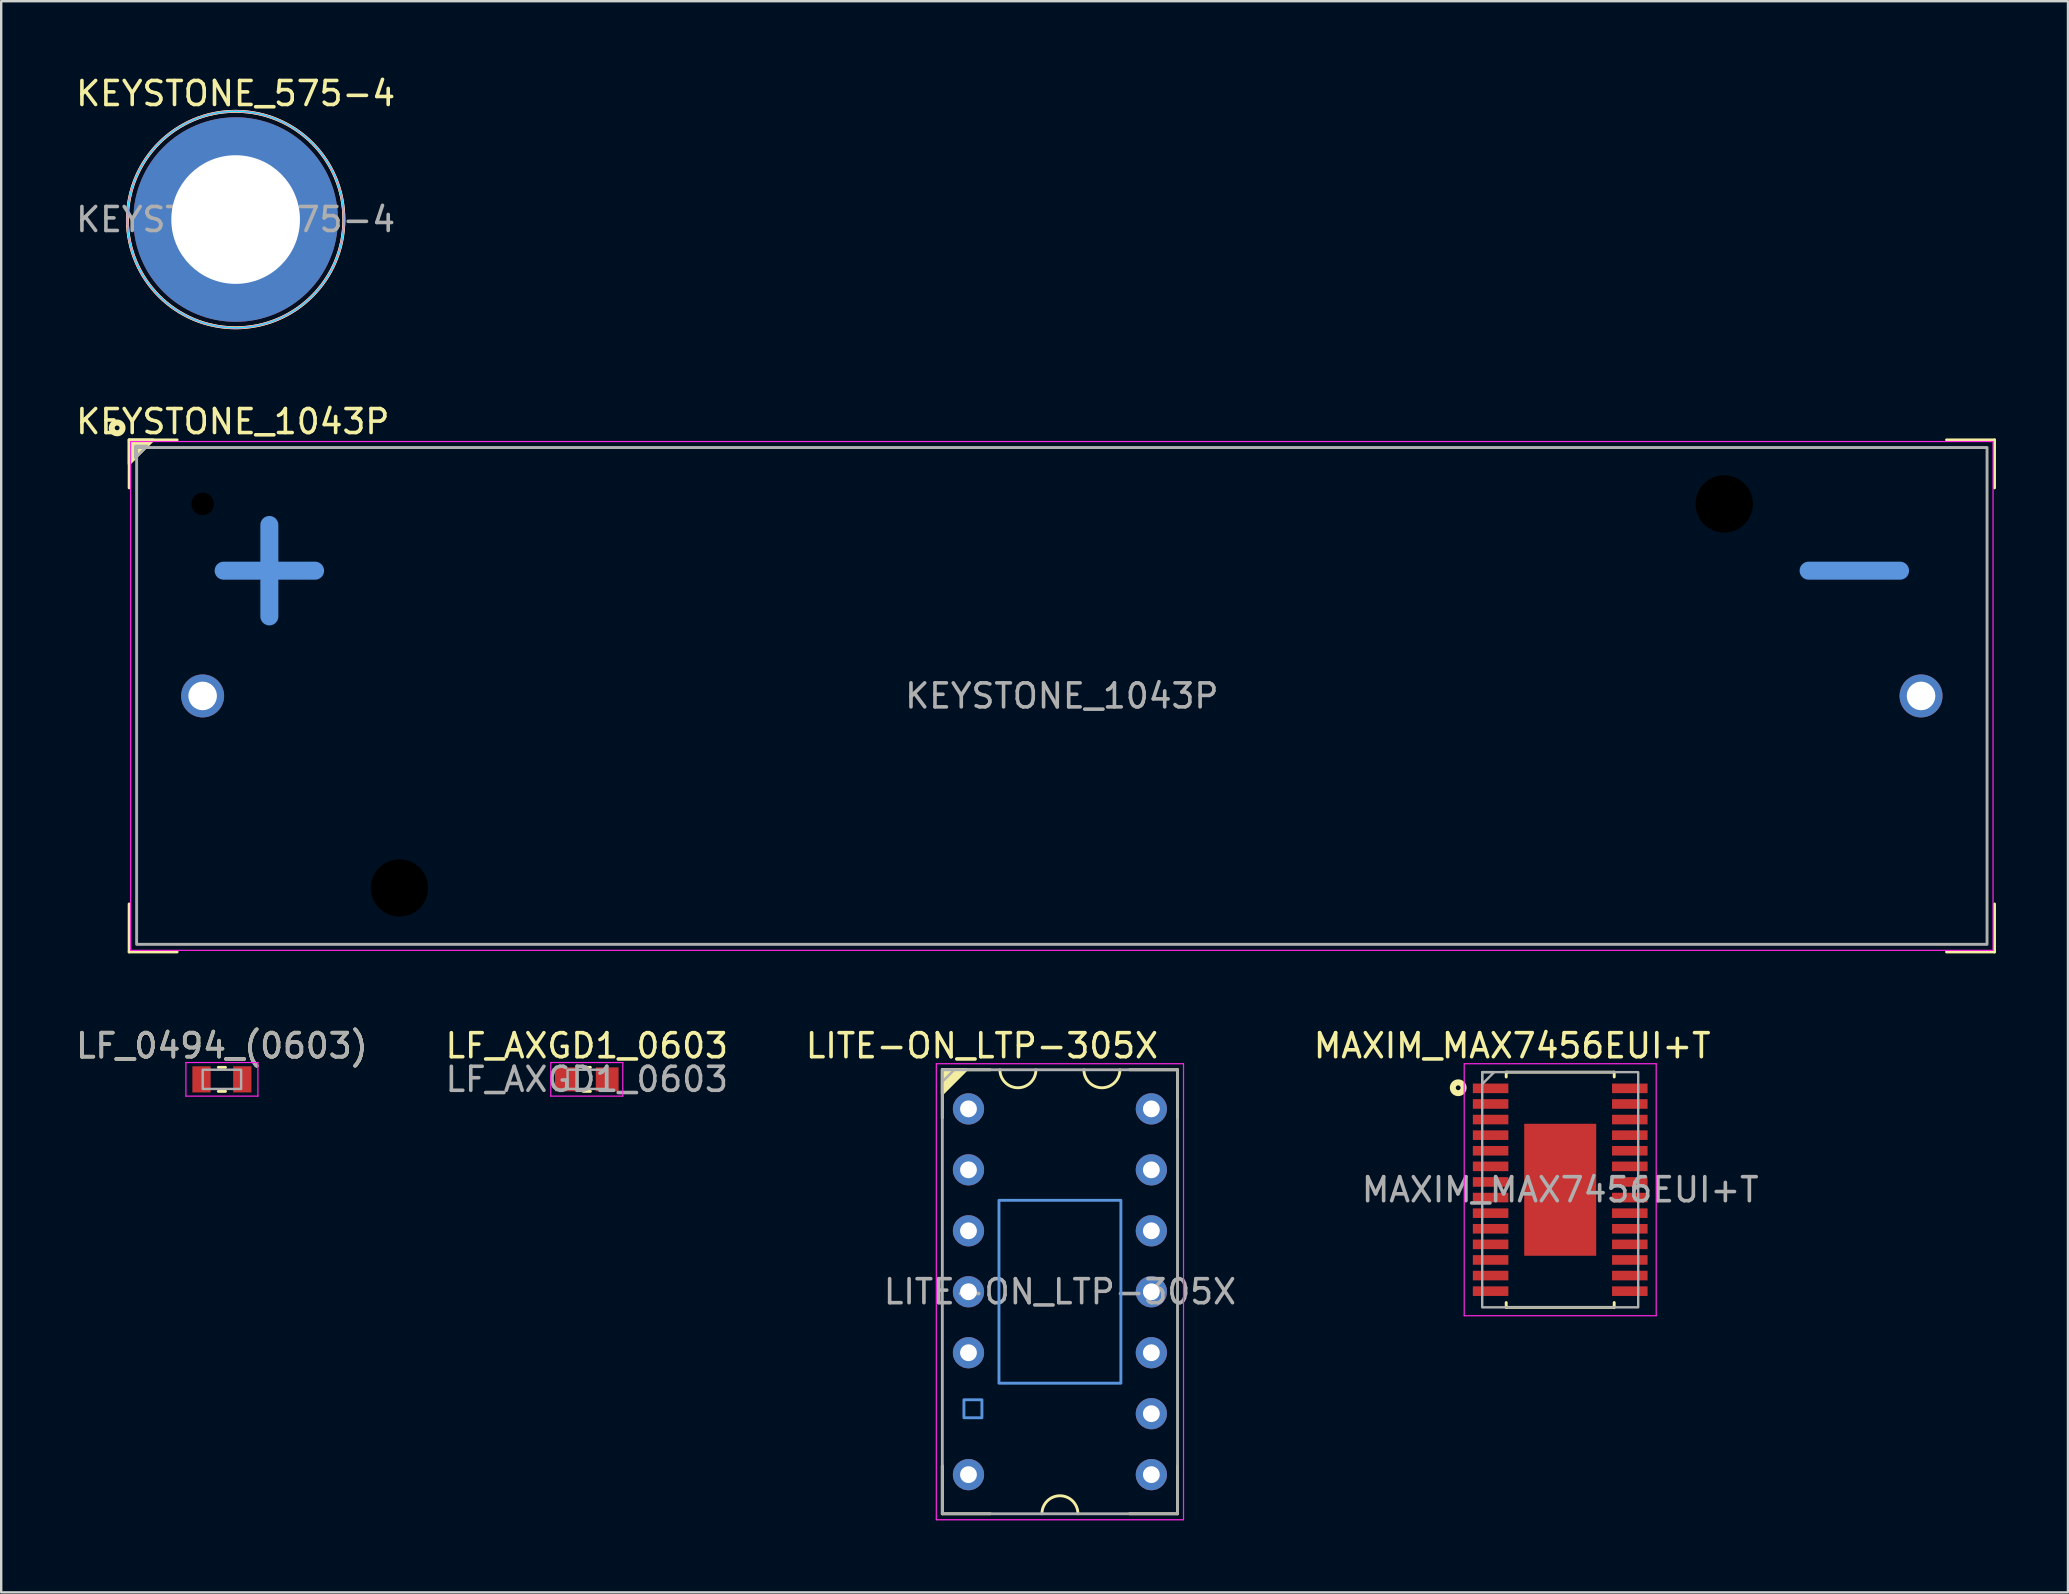
<source format=kicad_pcb>
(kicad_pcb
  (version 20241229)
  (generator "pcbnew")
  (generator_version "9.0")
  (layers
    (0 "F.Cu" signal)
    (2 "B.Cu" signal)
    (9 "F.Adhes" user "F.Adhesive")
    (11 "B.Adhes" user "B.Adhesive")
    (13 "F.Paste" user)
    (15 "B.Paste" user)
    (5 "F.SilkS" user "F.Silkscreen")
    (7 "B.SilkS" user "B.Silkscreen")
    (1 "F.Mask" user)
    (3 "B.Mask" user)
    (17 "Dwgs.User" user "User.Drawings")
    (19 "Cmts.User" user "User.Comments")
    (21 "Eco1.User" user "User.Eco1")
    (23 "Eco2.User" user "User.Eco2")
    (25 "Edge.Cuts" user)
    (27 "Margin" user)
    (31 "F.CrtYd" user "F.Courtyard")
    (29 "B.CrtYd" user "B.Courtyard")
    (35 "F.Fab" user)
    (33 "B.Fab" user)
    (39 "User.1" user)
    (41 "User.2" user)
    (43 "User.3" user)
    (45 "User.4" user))
  (footprint "KEYSTONE_575-4"
    (layer "F.Cu")
    (at 6.768 6.098)
    (property "Reference" "KEYSTONE_575-4" (at 0 -5.25 0) (unlocked yes) (layer "F.SilkS") (effects (font (size 1 1) (thickness 0.15))))
    (attr smd)
    (fp_circle (center 0 0) (end 4.51 0) (stroke (width 0.12) (type solid)) (fill no) (layer "F.SilkS"))
    (fp_circle (center 0 0) (end 4.51 0) (stroke (width 0.12) (type solid)) (fill no) (layer "B.SilkS"))
    (fp_circle (center 0 0) (end 4.51 0) (stroke (width 0.05) (type solid)) (fill no) (layer "B.CrtYd"))
    (fp_circle (center 0 0) (end 4.51 0) (stroke (width 0.05) (type solid)) (fill no) (layer "F.CrtYd"))
    (fp_text user "${REFERENCE}" (at 0 0 0) (unlocked yes) (layer "F.Fab") (effects (font (size 1 1) (thickness 0.15))))
    (pad "1" thru_hole circle (at 0 0) (size 8.52 8.52) (drill 5.36) (layers "*.Cu" "*.Mask")))
  (footprint "LF_AXGD1_0603"
    (layer "F.Cu")
    (at 21.399 41.923)
    (property "Reference" "LF_AXGD1_0603" (at 0 -1.4 0) (unlocked yes) (layer "F.SilkS") (effects (font (size 1 1) (thickness 0.15))))
    (attr smd)
    (fp_line (start -0.15 -0.5) (end 0.15 -0.5) (stroke (width 0.12) (type solid)) (layer "F.SilkS"))
    (fp_line (start -0.15 0.5) (end 0.15 0.5) (stroke (width 0.12) (type solid)) (layer "F.SilkS"))
    (fp_line (start -1.5 0.7) (end -1.5 -0.7) (stroke (width 0.05) (type solid)) (layer "F.CrtYd"))
    (fp_line (start 1.5 -0.7) (end -1.5 -0.7) (stroke (width 0.05) (type solid)) (layer "F.CrtYd"))
    (fp_line (start 1.5 0.7) (end -1.5 0.7) (stroke (width 0.05) (type solid)) (layer "F.CrtYd"))
    (fp_line (start 1.5 0.7) (end 1.5 -0.7) (stroke (width 0.05) (type solid)) (layer "F.CrtYd"))
    (fp_rect (start -0.8 -0.4) (end 0.8 0.4) (stroke (width 0.1) (type solid)) (fill no) (layer "F.Fab"))
    (fp_text user "${REFERENCE}" (at 0 0 0) (unlocked yes) (layer "F.Fab") (effects (font (size 1 1) (thickness 0.15))))
    (pad "1" smd rect (at -0.85 0) (size 0.95 1) (layers "F.Cu" "F.Mask" "F.Paste"))
    (pad "2" smd rect (at 0.85 0) (size 0.95 1) (layers "F.Cu" "F.Mask" "F.Paste")))
  (footprint "MAXIM_MAX7456EUI+T"
    (layer "F.Cu")
    (at 61.958 46.523)
    (property "Reference" "MAXIM_MAX7456EUI+T" (at -2 -6 0) (unlocked yes) (layer "F.SilkS") (effects (font (size 1 1) (thickness 0.15))))
    (attr smd)
    (fp_line (start -2.25 -4.9) (end 2.25 -4.9) (stroke (width 0.12) (type solid)) (layer "F.SilkS"))
    (fp_line (start -2.25 -4.7) (end -2.25 -4.9) (stroke (width 0.12) (type solid)) (layer "F.SilkS"))
    (fp_line (start -2.25 4.7) (end -2.25 4.9) (stroke (width 0.12) (type solid)) (layer "F.SilkS"))
    (fp_line (start -2.25 4.9) (end 2.25 4.9) (stroke (width 0.12) (type solid)) (layer "F.SilkS"))
    (fp_line (start 2.25 -4.7) (end 2.25 -4.9) (stroke (width 0.12) (type solid)) (layer "F.SilkS"))
    (fp_line (start 2.25 4.7) (end 2.25 4.9) (stroke (width 0.12) (type solid)) (layer "F.SilkS"))
    (fp_circle (center -4.25 -4.25) (end -4.15 -4.25) (stroke (width 0.25) (type solid)) (fill no) (layer "F.SilkS"))
    (fp_rect (start -1.25 -2.25) (end -0.75 -1.75) (stroke (width 0.12) (type solid)) (fill yes) (layer "F.Paste"))
    (fp_rect (start -1.25 -1.25) (end -0.75 -0.75) (stroke (width 0.12) (type solid)) (fill yes) (layer "F.Paste"))
    (fp_rect (start -1.25 -0.25) (end -0.75 0.25) (stroke (width 0.12) (type solid)) (fill yes) (layer "F.Paste"))
    (fp_rect (start -1.25 0.75) (end -0.75 1.25) (stroke (width 0.12) (type solid)) (fill yes) (layer "F.Paste"))
    (fp_rect (start -1.25 1.75) (end -0.75 2.25) (stroke (width 0.12) (type solid)) (fill yes) (layer "F.Paste"))
    (fp_rect (start -0.25 -2.25) (end 0.25 -1.75) (stroke (width 0.12) (type solid)) (fill yes) (layer "F.Paste"))
    (fp_rect (start -0.25 -1.25) (end 0.25 -0.75) (stroke (width 0.12) (type solid)) (fill yes) (layer "F.Paste"))
    (fp_rect (start -0.25 -0.25) (end 0.25 0.25) (stroke (width 0.12) (type solid)) (fill yes) (layer "F.Paste"))
    (fp_rect (start -0.25 0.75) (end 0.25 1.25) (stroke (width 0.12) (type solid)) (fill yes) (layer "F.Paste"))
    (fp_rect (start -0.25 1.75) (end 0.25 2.25) (stroke (width 0.12) (type solid)) (fill yes) (layer "F.Paste"))
    (fp_rect (start 0.75 -2.25) (end 1.25 -1.75) (stroke (width 0.12) (type solid)) (fill yes) (layer "F.Paste"))
    (fp_rect (start 0.75 -1.25) (end 1.25 -0.75) (stroke (width 0.12) (type solid)) (fill yes) (layer "F.Paste"))
    (fp_rect (start 0.75 -0.25) (end 1.25 0.25) (stroke (width 0.12) (type solid)) (fill yes) (layer "F.Paste"))
    (fp_rect (start 0.75 0.75) (end 1.25 1.25) (stroke (width 0.12) (type solid)) (fill yes) (layer "F.Paste"))
    (fp_rect (start 0.75 1.75) (end 1.25 2.25) (stroke (width 0.12) (type solid)) (fill yes) (layer "F.Paste"))
    (fp_line (start -4 -5.25) (end 4 -5.25) (stroke (width 0.05) (type solid)) (layer "F.CrtYd"))
    (fp_line (start -4 5.25) (end -4 -5.25) (stroke (width 0.05) (type solid)) (layer "F.CrtYd"))
    (fp_line (start 4 -5.25) (end 4 5.25) (stroke (width 0.05) (type solid)) (layer "F.CrtYd"))
    (fp_line (start 4 5.25) (end -4 5.25) (stroke (width 0.05) (type solid)) (layer "F.CrtYd"))
    (fp_rect (start -3.25 -4.9) (end 3.25 4.9) (stroke (width 0.1) (type solid)) (fill no) (layer "F.Fab"))
    (fp_poly (pts (xy -3.25 -4.4) (xy -3.25 -4.9) (xy -2.75 -4.9)) (stroke (width 0.1) (type solid)) (fill no) (layer "F.Fab"))
    (fp_text user "${REFERENCE}" (at 0 0 0) (unlocked yes) (layer "F.Fab") (effects (font (size 1 1) (thickness 0.15))))
    (pad "1" smd rect (at -2.9 -4.225) (size 1.48 0.4) (layers "F.Cu" "F.Mask" "F.Paste"))
    (pad "2" smd rect (at -2.9 -3.575) (size 1.48 0.4) (layers "F.Cu" "F.Mask" "F.Paste"))
    (pad "3" smd rect (at -2.9 -2.925) (size 1.48 0.4) (layers "F.Cu" "F.Mask" "F.Paste"))
    (pad "4" smd rect (at -2.9 -2.275) (size 1.48 0.4) (layers "F.Cu" "F.Mask" "F.Paste"))
    (pad "5" smd rect (at -2.9 -1.625) (size 1.48 0.4) (layers "F.Cu" "F.Mask" "F.Paste"))
    (pad "6" smd rect (at -2.9 -0.975) (size 1.48 0.4) (layers "F.Cu" "F.Mask" "F.Paste"))
    (pad "7" smd rect (at -2.9 -0.325) (size 1.48 0.4) (layers "F.Cu" "F.Mask" "F.Paste"))
    (pad "8" smd rect (at -2.9 0.325) (size 1.48 0.4) (layers "F.Cu" "F.Mask" "F.Paste"))
    (pad "9" smd rect (at -2.9 0.975) (size 1.48 0.4) (layers "F.Cu" "F.Mask" "F.Paste"))
    (pad "10" smd rect (at -2.9 1.625) (size 1.48 0.4) (layers "F.Cu" "F.Mask" "F.Paste"))
    (pad "11" smd rect (at -2.9 2.275) (size 1.48 0.4) (layers "F.Cu" "F.Mask" "F.Paste"))
    (pad "12" smd rect (at -2.9 2.925) (size 1.48 0.4) (layers "F.Cu" "F.Mask" "F.Paste"))
    (pad "13" smd rect (at -2.9 3.575) (size 1.48 0.4) (layers "F.Cu" "F.Mask" "F.Paste"))
    (pad "14" smd rect (at -2.9 4.225) (size 1.48 0.4) (layers "F.Cu" "F.Mask" "F.Paste"))
    (pad "15" smd rect (at 2.9 4.225) (size 1.48 0.4) (layers "F.Cu" "F.Mask" "F.Paste"))
    (pad "16" smd rect (at 2.9 3.575) (size 1.48 0.4) (layers "F.Cu" "F.Mask" "F.Paste"))
    (pad "17" smd rect (at 2.9 2.925) (size 1.48 0.4) (layers "F.Cu" "F.Mask" "F.Paste"))
    (pad "18" smd rect (at 2.9 2.275) (size 1.48 0.4) (layers "F.Cu" "F.Mask" "F.Paste"))
    (pad "19" smd rect (at 2.9 1.625) (size 1.48 0.4) (layers "F.Cu" "F.Mask" "F.Paste"))
    (pad "20" smd rect (at 2.9 0.975) (size 1.48 0.4) (layers "F.Cu" "F.Mask" "F.Paste"))
    (pad "21" smd rect (at 2.9 0.325) (size 1.48 0.4) (layers "F.Cu" "F.Mask" "F.Paste"))
    (pad "22" smd rect (at 2.9 -0.325) (size 1.48 0.4) (layers "F.Cu" "F.Mask" "F.Paste"))
    (pad "23" smd rect (at 2.9 -0.975) (size 1.48 0.4) (layers "F.Cu" "F.Mask" "F.Paste"))
    (pad "24" smd rect (at 2.9 -1.625) (size 1.48 0.4) (layers "F.Cu" "F.Mask" "F.Paste"))
    (pad "25" smd rect (at 2.9 -2.275) (size 1.48 0.4) (layers "F.Cu" "F.Mask" "F.Paste"))
    (pad "26" smd rect (at 2.9 -2.925) (size 1.48 0.4) (layers "F.Cu" "F.Mask" "F.Paste"))
    (pad "27" smd rect (at 2.9 -3.575) (size 1.48 0.4) (layers "F.Cu" "F.Mask" "F.Paste"))
    (pad "28" smd rect (at 2.9 -4.225) (size 1.48 0.4) (layers "F.Cu" "F.Mask" "F.Paste"))
    (pad "PAD" smd rect (at 0 0) (size 3 5.5) (layers "F.Cu" "F.Mask")))
  (footprint "KEYSTONE_1043P"
    (layer "F.Cu")
    (at 41.193 25.947)
    (property "Reference" "KEYSTONE_1043P" (at -34.544 -11.43 0) (unlocked yes) (layer "F.SilkS") (effects (font (size 1 1) (thickness 0.15))))
    (attr smd)
    (fp_line (start -38.862 -10.668) (end -38.862 -8.668) (stroke (width 0.12) (type solid)) (layer "F.SilkS"))
    (fp_line (start -38.862 -10.668) (end -36.862 -10.668) (stroke (width 0.12) (type solid)) (layer "F.SilkS"))
    (fp_line (start -38.862 10.668) (end -38.862 8.668) (stroke (width 0.12) (type solid)) (layer "F.SilkS"))
    (fp_line (start -38.862 10.668) (end -36.862 10.668) (stroke (width 0.12) (type solid)) (layer "F.SilkS"))
    (fp_line (start 38.862 -10.668) (end 36.862 -10.668) (stroke (width 0.12) (type solid)) (layer "F.SilkS"))
    (fp_line (start 38.862 -10.668) (end 38.862 -8.668) (stroke (width 0.12) (type solid)) (layer "F.SilkS"))
    (fp_line (start 38.862 10.668) (end 36.862 10.668) (stroke (width 0.12) (type solid)) (layer "F.SilkS"))
    (fp_line (start 38.862 10.668) (end 38.862 8.668) (stroke (width 0.12) (type solid)) (layer "F.SilkS"))
    (fp_circle (center -39.362 -11.168) (end -39.262 -11.168) (stroke (width 0.25) (type solid)) (fill no) (layer "F.SilkS"))
    (fp_poly (pts (xy -38.862 -9.668) (xy -38.862 -10.668) (xy -37.862 -10.668)) (stroke (width 0.12) (type solid)) (fill yes) (layer "F.SilkS"))
    (fp_line (start -38.8 -10.6) (end -38.8 10.6) (stroke (width 0.05) (type solid)) (layer "F.CrtYd"))
    (fp_line (start -38.8 -10.6) (end 38.8 -10.6) (stroke (width 0.05) (type solid)) (layer "F.CrtYd"))
    (fp_line (start -38.8 10.6) (end 38.8 10.6) (stroke (width 0.05) (type solid)) (layer "F.CrtYd"))
    (fp_line (start 38.8 10.6) (end 38.8 -10.6) (stroke (width 0.05) (type solid)) (layer "F.CrtYd"))
    (fp_rect (start 38.55 10.35) (end -38.55 -10.35) (stroke (width 0.12) (type solid)) (fill no) (layer "F.Fab"))
    (fp_poly (pts (xy -38.612 -9.918) (xy -38.612 -10.418) (xy -38.112 -10.418)) (stroke (width 0.1) (type solid)) (fill no) (layer "F.Fab"))
    (fp_text user "-" (at 33.02 -5.588 0) (unlocked yes) (layer "Cmts.User") (effects (font (size 5 5) (thickness 0.75))))
    (fp_text user "+" (at -33.02 -5.588 0) (unlocked yes) (layer "Cmts.User") (effects (font (size 5 5) (thickness 0.75))))
    (fp_text user "${REFERENCE}" (at 0 0 0) (unlocked yes) (layer "F.Fab") (effects (font (size 1 1) (thickness 0.15))))
    (pad "" np_thru_hole circle (at -35.8 -8) (size 0.94 0.94) (drill 0.94) (layers "*.Mask"))
    (pad "" np_thru_hole circle (at -27.6 8) (size 2.39 2.39) (drill 3.45) (layers "*.Mask"))
    (pad "" np_thru_hole circle (at 27.6 -8) (size 2.39 2.39) (drill 3.45) (layers "*.Mask"))
    (pad "1" thru_hole circle (at -35.8 0) (size 1.79 1.79) (drill 1.19) (layers "*.Cu" "*.Mask"))
    (pad "2" thru_hole circle (at 35.8 0) (size 1.79 1.79) (drill 1.19) (layers "*.Cu" "*.Mask")))
  (footprint "LITE-ON_LTP-305X"
    (layer "F.Cu")
    (at 41.113 50.773)
    (property "Reference" "LITE-ON_LTP-305X" (at -3.25 -10.25 0) (unlocked yes) (layer "F.SilkS") (effects (font (size 1 1) (thickness 0.15))))
    (attr smd)
    (fp_line (start -4.9 -9.25) (end -4.9 -7.25) (stroke (width 0.12) (type solid)) (layer "F.SilkS"))
    (fp_line (start -4.9 -9.25) (end -2.9 -9.25) (stroke (width 0.12) (type solid)) (layer "F.SilkS"))
    (fp_line (start -4.9 9.25) (end -4.9 7.25) (stroke (width 0.12) (type solid)) (layer "F.SilkS"))
    (fp_line (start -4.9 9.25) (end -2.9 9.25) (stroke (width 0.12) (type solid)) (layer "F.SilkS"))
    (fp_line (start 4.9 -9.25) (end 2.9 -9.25) (stroke (width 0.12) (type solid)) (layer "F.SilkS"))
    (fp_line (start 4.9 -9.25) (end 4.9 -7.25) (stroke (width 0.12) (type solid)) (layer "F.SilkS"))
    (fp_line (start 4.9 9.25) (end 2.9 9.25) (stroke (width 0.12) (type solid)) (layer "F.SilkS"))
    (fp_line (start 4.9 9.25) (end 4.9 7.25) (stroke (width 0.12) (type solid)) (layer "F.SilkS"))
    (fp_arc (start -1 -9.25) (mid -1.75 -8.5) (end -2.5 -9.25) (stroke (width 0.12) (type solid)) (layer "F.SilkS"))
    (fp_arc (start -0.75 9.25) (mid 0 8.5) (end 0.75 9.25) (stroke (width 0.12) (type solid)) (layer "F.SilkS"))
    (fp_arc (start 2.5 -9.25) (mid 1.75 -8.5) (end 1 -9.25) (stroke (width 0.12) (type solid)) (layer "F.SilkS"))
    (fp_poly (pts (xy -4.9 -8.25) (xy -4.9 -9.25) (xy -3.9 -9.25)) (stroke (width 0.12) (type solid)) (fill yes) (layer "F.SilkS"))
    (fp_poly (pts (xy -3.25 5.25) (xy -4 5.25) (xy -4 4.5) (xy -3.25 4.5)) (stroke (width 0.12) (type solid)) (fill no) (layer "Cmts.User"))
    (fp_poly (pts (xy 2.54 3.81) (xy -2.54 3.81) (xy -2.54 -3.81) (xy 2.54 -3.81)) (stroke (width 0.12) (type solid)) (fill no) (layer "Cmts.User"))
    (fp_line (start -5.15 -9.5) (end -5.15 9.5) (stroke (width 0.05) (type solid)) (layer "F.CrtYd"))
    (fp_line (start 5.15 -9.5) (end -5.15 -9.5) (stroke (width 0.05) (type solid)) (layer "F.CrtYd"))
    (fp_line (start 5.15 9.5) (end -5.15 9.5) (stroke (width 0.05) (type solid)) (layer "F.CrtYd"))
    (fp_line (start 5.15 9.5) (end 5.15 -9.5) (stroke (width 0.05) (type solid)) (layer "F.CrtYd"))
    (fp_rect (start 4.9 -9.25) (end -4.9 9.25) (stroke (width 0.12) (type solid)) (fill no) (layer "F.Fab"))
    (fp_poly (pts (xy -4.9 -8.75) (xy -4.9 -9.25) (xy -4.4 -9.25)) (stroke (width 0.1) (type solid)) (fill no) (layer "F.Fab"))
    (fp_text user "${REFERENCE}" (at 0 0 0) (unlocked yes) (layer "F.Fab") (effects (font (size 1 1) (thickness 0.15))))
    (pad "1" thru_hole circle (at -3.81 -7.62) (size 1.3 1.3) (drill 0.7) (layers "*.Cu" "*.Mask"))
    (pad "2" thru_hole circle (at -3.81 -5.08) (size 1.3 1.3) (drill 0.7) (layers "*.Cu" "*.Mask"))
    (pad "3" thru_hole circle (at -3.81 -2.54) (size 1.3 1.3) (drill 0.7) (layers "*.Cu" "*.Mask"))
    (pad "4" thru_hole circle (at -3.81 0) (size 1.3 1.3) (drill 0.7) (layers "*.Cu" "*.Mask"))
    (pad "5" thru_hole circle (at -3.81 2.54) (size 1.3 1.3) (drill 0.7) (layers "*.Cu" "*.Mask"))
    (pad "7" thru_hole circle (at -3.81 7.62) (size 1.3 1.3) (drill 0.7) (layers "*.Cu" "*.Mask"))
    (pad "8" thru_hole circle (at 3.81 7.62) (size 1.3 1.3) (drill 0.7) (layers "*.Cu" "*.Mask"))
    (pad "9" thru_hole circle (at 3.81 5.08) (size 1.3 1.3) (drill 0.7) (layers "*.Cu" "*.Mask"))
    (pad "10" thru_hole circle (at 3.81 2.54) (size 1.3 1.3) (drill 0.7) (layers "*.Cu" "*.Mask"))
    (pad "11" thru_hole circle (at 3.81 0) (size 1.3 1.3) (drill 0.7) (layers "*.Cu" "*.Mask"))
    (pad "12" thru_hole circle (at 3.81 -2.54) (size 1.3 1.3) (drill 0.7) (layers "*.Cu" "*.Mask"))
    (pad "13" thru_hole circle (at 3.81 -5.08) (size 1.3 1.3) (drill 0.7) (layers "*.Cu" "*.Mask"))
    (pad "14" thru_hole circle (at 3.81 -7.62) (size 1.3 1.3) (drill 0.7) (layers "*.Cu" "*.Mask")))
  (footprint "LF_0494_(0603)"
    (layer "F.Cu")
    (at 6.196 41.923)
    (property "Reference" "LF_0494_(0603)" (at 0 -1.4 0) (unlocked yes) (layer "F.SilkS") (effects (font (size 1 1) (thickness 0.15))))
    (attr smd)
    (fp_line (start -0.15 -0.5) (end 0.15 -0.5) (stroke (width 0.12) (type solid)) (layer "F.SilkS"))
    (fp_line (start -0.15 0.5) (end 0.15 0.5) (stroke (width 0.12) (type solid)) (layer "F.SilkS"))
    (fp_line (start -1.5 0.7) (end -1.5 -0.7) (stroke (width 0.05) (type solid)) (layer "F.CrtYd"))
    (fp_line (start 1.5 -0.7) (end -1.5 -0.7) (stroke (width 0.05) (type solid)) (layer "F.CrtYd"))
    (fp_line (start 1.5 0.7) (end -1.5 0.7) (stroke (width 0.05) (type solid)) (layer "F.CrtYd"))
    (fp_line (start 1.5 0.7) (end 1.5 -0.7) (stroke (width 0.05) (type solid)) (layer "F.CrtYd"))
    (fp_rect (start -0.8 -0.4) (end 0.8 0.4) (stroke (width 0.1) (type solid)) (fill no) (layer "F.Fab"))
    (fp_text user "${REFERENCE}" (at 0 -1.4 0) (unlocked yes) (layer "F.Fab") (effects (font (size 1 1) (thickness 0.15))))
    (pad "1" smd rect (at -0.85 0) (size 0.762 1.09) (layers "F.Cu" "F.Mask" "F.Paste"))
    (pad "2" smd rect (at 0.85 0) (size 0.762 1.09) (layers "F.Cu" "F.Mask" "F.Paste")))
  (gr_rect
    (start -3 -3)
    (end 83.115 63.298)
    (stroke (width 0.1) (type default))
    (fill no)
    (layer "Edge.Cuts")))
</source>
